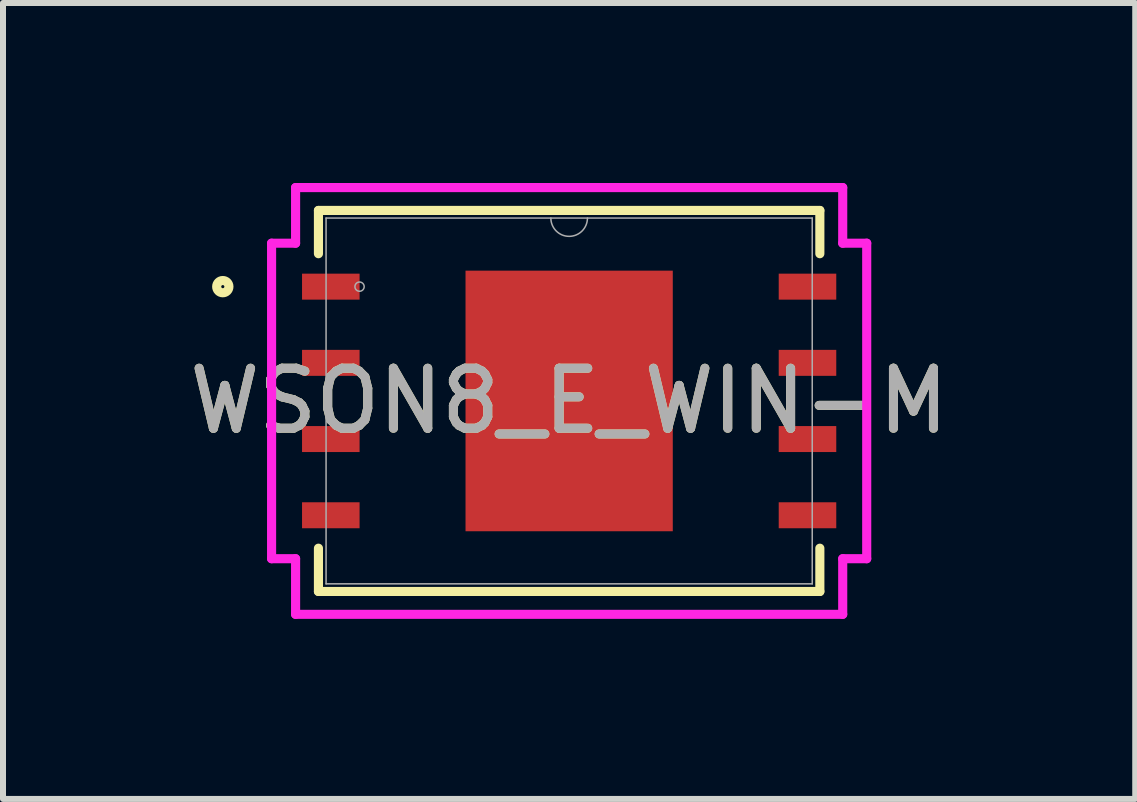
<source format=kicad_pcb>
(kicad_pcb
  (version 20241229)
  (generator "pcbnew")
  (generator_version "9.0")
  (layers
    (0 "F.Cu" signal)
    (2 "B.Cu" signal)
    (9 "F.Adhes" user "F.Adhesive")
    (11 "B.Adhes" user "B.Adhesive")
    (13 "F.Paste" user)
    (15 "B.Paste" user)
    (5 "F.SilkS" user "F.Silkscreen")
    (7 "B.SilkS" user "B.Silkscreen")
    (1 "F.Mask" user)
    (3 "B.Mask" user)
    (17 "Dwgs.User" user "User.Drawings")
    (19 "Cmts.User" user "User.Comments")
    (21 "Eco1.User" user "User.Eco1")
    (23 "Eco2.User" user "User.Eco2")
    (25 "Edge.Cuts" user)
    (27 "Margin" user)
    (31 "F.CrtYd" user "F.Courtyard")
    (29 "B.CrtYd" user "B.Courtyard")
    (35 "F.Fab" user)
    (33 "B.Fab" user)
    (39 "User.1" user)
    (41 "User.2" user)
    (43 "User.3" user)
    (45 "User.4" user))
  (footprint "WSON8_E_WIN-M"
    (layer "F.Cu")
    (at 6.435 3.632)
    (property "Reference" "WSON8_E_WIN-M" (at 0 0 0) (unlocked yes) (layer "F.SilkS") (effects (font (size 1 1) (thickness 0.15))))
    (attr smd)
    (fp_line (start -4.178 -3.175) (end -4.178 -2.454) (stroke (width 0.152) (type solid)) (layer "F.SilkS"))
    (fp_line (start -4.178 2.454) (end -4.178 3.175) (stroke (width 0.152) (type solid)) (layer "F.SilkS"))
    (fp_line (start -4.178 3.175) (end 4.178 3.175) (stroke (width 0.152) (type solid)) (layer "F.SilkS"))
    (fp_line (start 4.178 -3.175) (end -4.178 -3.175) (stroke (width 0.152) (type solid)) (layer "F.SilkS"))
    (fp_line (start 4.178 -2.454) (end 4.178 -3.175) (stroke (width 0.152) (type solid)) (layer "F.SilkS"))
    (fp_line (start 4.178 3.175) (end 4.178 2.454) (stroke (width 0.152) (type solid)) (layer "F.SilkS"))
    (fp_circle (center -5.772 -1.905) (end -5.67 -1.905) (stroke (width 0.152) (type solid)) (fill no) (layer "F.SilkS"))
    (fp_poly (pts (xy -1.627 -2.072) (xy -1.627 -0.824) (xy -0.1 -0.824) (xy -0.1 -2.072)) (stroke (width 0) (type solid)) (fill yes) (layer "F.Paste"))
    (fp_poly (pts (xy -1.627 -0.624) (xy -1.627 0.624) (xy -0.1 0.624) (xy -0.1 -0.624)) (stroke (width 0) (type solid)) (fill yes) (layer "F.Paste"))
    (fp_poly (pts (xy -1.627 0.824) (xy -1.627 2.072) (xy -0.1 2.072) (xy -0.1 0.824)) (stroke (width 0) (type solid)) (fill yes) (layer "F.Paste"))
    (fp_poly (pts (xy 0.1 -2.072) (xy 0.1 -0.824) (xy 1.627 -0.824) (xy 1.627 -2.072)) (stroke (width 0) (type solid)) (fill yes) (layer "F.Paste"))
    (fp_poly (pts (xy 0.1 -0.624) (xy 0.1 0.624) (xy 1.627 0.624) (xy 1.627 -0.624)) (stroke (width 0) (type solid)) (fill yes) (layer "F.Paste"))
    (fp_poly (pts (xy 0.1 0.824) (xy 0.1 2.072) (xy 1.627 2.072) (xy 1.627 0.824)) (stroke (width 0) (type solid)) (fill yes) (layer "F.Paste"))
    (fp_line (start -4.959 -2.629) (end -4.559 -2.629) (stroke (width 0.152) (type solid)) (layer "F.CrtYd"))
    (fp_line (start -4.959 2.629) (end -4.959 -2.629) (stroke (width 0.152) (type solid)) (layer "F.CrtYd"))
    (fp_line (start -4.959 2.629) (end -4.559 2.629) (stroke (width 0.152) (type solid)) (layer "F.CrtYd"))
    (fp_line (start -4.559 -3.556) (end 4.559 -3.556) (stroke (width 0.152) (type solid)) (layer "F.CrtYd"))
    (fp_line (start -4.559 -2.629) (end -4.559 -3.556) (stroke (width 0.152) (type solid)) (layer "F.CrtYd"))
    (fp_line (start -4.559 3.556) (end -4.559 2.629) (stroke (width 0.152) (type solid)) (layer "F.CrtYd"))
    (fp_line (start 4.559 -3.556) (end 4.559 -2.629) (stroke (width 0.152) (type solid)) (layer "F.CrtYd"))
    (fp_line (start 4.559 2.629) (end 4.559 3.556) (stroke (width 0.152) (type solid)) (layer "F.CrtYd"))
    (fp_line (start 4.559 3.556) (end -4.559 3.556) (stroke (width 0.152) (type solid)) (layer "F.CrtYd"))
    (fp_line (start 4.959 -2.629) (end 4.559 -2.629) (stroke (width 0.152) (type solid)) (layer "F.CrtYd"))
    (fp_line (start 4.959 -2.629) (end 4.959 2.629) (stroke (width 0.152) (type solid)) (layer "F.CrtYd"))
    (fp_line (start 4.959 2.629) (end 4.559 2.629) (stroke (width 0.152) (type solid)) (layer "F.CrtYd"))
    (fp_line (start -4.051 -3.048) (end -4.051 3.048) (stroke (width 0.025) (type solid)) (layer "F.Fab"))
    (fp_line (start -4.051 3.048) (end 4.051 3.048) (stroke (width 0.025) (type solid)) (layer "F.Fab"))
    (fp_line (start 4.051 -3.048) (end -4.051 -3.048) (stroke (width 0.025) (type solid)) (layer "F.Fab"))
    (fp_line (start 4.051 3.048) (end 4.051 -3.048) (stroke (width 0.025) (type solid)) (layer "F.Fab"))
    (fp_arc (start 0.3048 -3.048) (mid 0 -2.7432) (end -0.3048 -3.048) (stroke (width 0.0254) (type solid)) (layer "F.Fab"))
    (fp_circle (center -3.493 -1.905) (end -3.416 -1.905) (stroke (width 0.025) (type solid)) (fill no) (layer "F.Fab"))
    (fp_text user "${REFERENCE}" (at 0 0 0) (unlocked yes) (layer "F.Fab") (effects (font (size 1 1) (thickness 0.15))))
    (pad "1" smd rect (at -3.972 -1.905) (size 0.959 0.433) (layers "F.Cu" "F.Mask" "F.Paste"))
    (pad "2" smd rect (at -3.972 -0.635) (size 0.959 0.433) (layers "F.Cu" "F.Mask" "F.Paste"))
    (pad "3" smd rect (at -3.972 0.635) (size 0.959 0.433) (layers "F.Cu" "F.Mask" "F.Paste"))
    (pad "4" smd rect (at -3.972 1.905) (size 0.959 0.433) (layers "F.Cu" "F.Mask" "F.Paste"))
    (pad "5" smd rect (at 3.972 1.905) (size 0.959 0.433) (layers "F.Cu" "F.Mask" "F.Paste"))
    (pad "6" smd rect (at 3.972 0.635) (size 0.959 0.433) (layers "F.Cu" "F.Mask" "F.Paste"))
    (pad "7" smd rect (at 3.972 -0.635) (size 0.959 0.433) (layers "F.Cu" "F.Mask" "F.Paste"))
    (pad "8" smd rect (at 3.972 -1.905) (size 0.959 0.433) (layers "F.Cu" "F.Mask" "F.Paste"))
    (pad "9" smd rect (at 0 0) (size 3.454 4.343) (layers "F.Cu" "F.Mask" "F.Paste")))
  (gr_rect
    (start -3 -3)
    (end 15.869 10.264)
    (stroke (width 0.1) (type default))
    (fill no)
    (layer "Edge.Cuts")))
</source>
